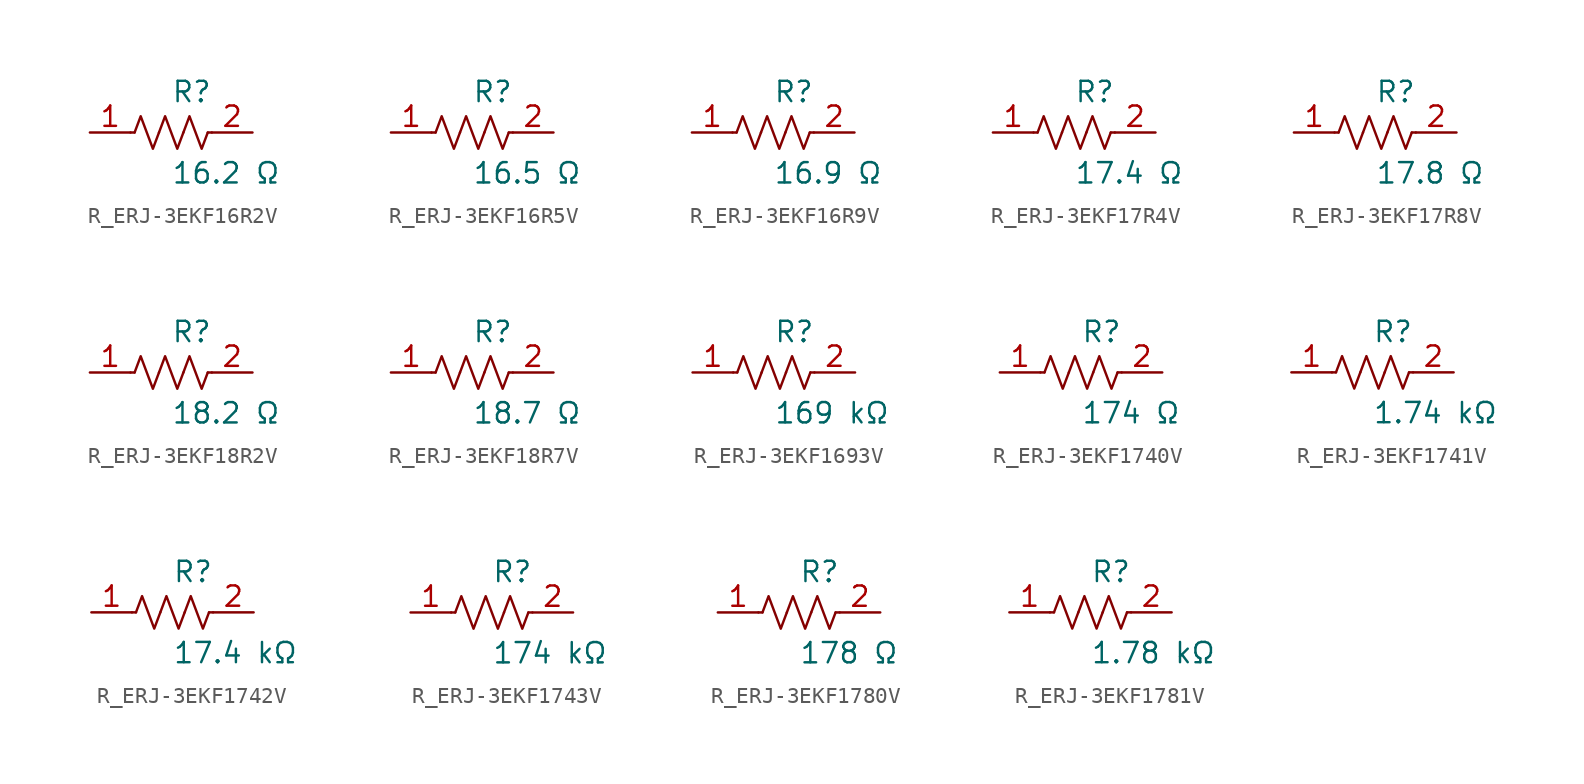
<source format=kicad_sym>
(kicad_symbol_lib
  (version 20231120)
  (generator "kicad_symbol_editor")
  (generator_version "8.0")
  (symbol "R_ERJ-3EKF16R2V"
    (pin_names
      (offset 0.254))
    (property "Reference" "R"
      (at 0 2.54 0)
      (effects (font (size 1.27 1.27)) (justify left)))
    (property "Value" "16.2 Ω"
      (at 0 -2.54 0)
      (effects (font (size 1.27 1.27)) (justify left)))
    (symbol "R_ERJ-3EKF16R2V_0_1"
      (polyline (pts (xy 2.286 0) (xy 2.54 0)) (stroke (width 0) (type default)) (fill (type none)))
      (polyline (pts (xy -2.286 0) (xy -2.54 0)) (stroke (width 0) (type default)) (fill (type none)))
      (polyline (pts (xy 0.762 0) (xy 1.143 1.016) (xy 1.524 0) (xy 1.905 -1.016) (xy 2.286 0)) (stroke (width 0) (type default)) (fill (type none)))
      (polyline (pts (xy -0.762 0) (xy -0.381 1.016) (xy 0 0) (xy 0.381 -1.016) (xy 0.762 0)) (stroke (width 0) (type default)) (fill (type none)))
      (polyline (pts (xy -2.286 0) (xy -1.905 1.016) (xy -1.524 0) (xy -1.143 -1.016) (xy -0.762 0)) (stroke (width 0) (type default)) (fill (type none))))
    (pin unspecified line
      (at -5.08 0 0)
      (length 2.54)
      (name "" (effects (font (size 1.27 1.27))))
      (number "1" (effects (font (size 1.27 1.27)))))
    (pin unspecified line
      (at 5.08 0 180)
      (length 2.54)
      (name "" (effects (font (size 1.27 1.27))))
      (number "2" (effects (font (size 1.27 1.27))))))
  (symbol "R_ERJ-3EKF16R5V"
    (pin_names
      (offset 0.254))
    (property "Reference" "R"
      (at 0 2.54 0)
      (effects (font (size 1.27 1.27)) (justify left)))
    (property "Value" "16.5 Ω"
      (at 0 -2.54 0)
      (effects (font (size 1.27 1.27)) (justify left)))
    (symbol "R_ERJ-3EKF16R5V_0_1"
      (polyline (pts (xy 2.286 0) (xy 2.54 0)) (stroke (width 0) (type default)) (fill (type none)))
      (polyline (pts (xy -2.286 0) (xy -2.54 0)) (stroke (width 0) (type default)) (fill (type none)))
      (polyline (pts (xy 0.762 0) (xy 1.143 1.016) (xy 1.524 0) (xy 1.905 -1.016) (xy 2.286 0)) (stroke (width 0) (type default)) (fill (type none)))
      (polyline (pts (xy -0.762 0) (xy -0.381 1.016) (xy 0 0) (xy 0.381 -1.016) (xy 0.762 0)) (stroke (width 0) (type default)) (fill (type none)))
      (polyline (pts (xy -2.286 0) (xy -1.905 1.016) (xy -1.524 0) (xy -1.143 -1.016) (xy -0.762 0)) (stroke (width 0) (type default)) (fill (type none))))
    (pin unspecified line
      (at -5.08 0 0)
      (length 2.54)
      (name "" (effects (font (size 1.27 1.27))))
      (number "1" (effects (font (size 1.27 1.27)))))
    (pin unspecified line
      (at 5.08 0 180)
      (length 2.54)
      (name "" (effects (font (size 1.27 1.27))))
      (number "2" (effects (font (size 1.27 1.27))))))
  (symbol "R_ERJ-3EKF16R9V"
    (pin_names
      (offset 0.254))
    (property "Reference" "R"
      (at 0 2.54 0)
      (effects (font (size 1.27 1.27)) (justify left)))
    (property "Value" "16.9 Ω"
      (at 0 -2.54 0)
      (effects (font (size 1.27 1.27)) (justify left)))
    (symbol "R_ERJ-3EKF16R9V_0_1"
      (polyline (pts (xy 2.286 0) (xy 2.54 0)) (stroke (width 0) (type default)) (fill (type none)))
      (polyline (pts (xy -2.286 0) (xy -2.54 0)) (stroke (width 0) (type default)) (fill (type none)))
      (polyline (pts (xy 0.762 0) (xy 1.143 1.016) (xy 1.524 0) (xy 1.905 -1.016) (xy 2.286 0)) (stroke (width 0) (type default)) (fill (type none)))
      (polyline (pts (xy -0.762 0) (xy -0.381 1.016) (xy 0 0) (xy 0.381 -1.016) (xy 0.762 0)) (stroke (width 0) (type default)) (fill (type none)))
      (polyline (pts (xy -2.286 0) (xy -1.905 1.016) (xy -1.524 0) (xy -1.143 -1.016) (xy -0.762 0)) (stroke (width 0) (type default)) (fill (type none))))
    (pin unspecified line
      (at -5.08 0 0)
      (length 2.54)
      (name "" (effects (font (size 1.27 1.27))))
      (number "1" (effects (font (size 1.27 1.27)))))
    (pin unspecified line
      (at 5.08 0 180)
      (length 2.54)
      (name "" (effects (font (size 1.27 1.27))))
      (number "2" (effects (font (size 1.27 1.27))))))
  (symbol "R_ERJ-3EKF17R4V"
    (pin_names
      (offset 0.254))
    (property "Reference" "R"
      (at 0 2.54 0)
      (effects (font (size 1.27 1.27)) (justify left)))
    (property "Value" "17.4 Ω"
      (at 0 -2.54 0)
      (effects (font (size 1.27 1.27)) (justify left)))
    (symbol "R_ERJ-3EKF17R4V_0_1"
      (polyline (pts (xy 2.286 0) (xy 2.54 0)) (stroke (width 0) (type default)) (fill (type none)))
      (polyline (pts (xy -2.286 0) (xy -2.54 0)) (stroke (width 0) (type default)) (fill (type none)))
      (polyline (pts (xy 0.762 0) (xy 1.143 1.016) (xy 1.524 0) (xy 1.905 -1.016) (xy 2.286 0)) (stroke (width 0) (type default)) (fill (type none)))
      (polyline (pts (xy -0.762 0) (xy -0.381 1.016) (xy 0 0) (xy 0.381 -1.016) (xy 0.762 0)) (stroke (width 0) (type default)) (fill (type none)))
      (polyline (pts (xy -2.286 0) (xy -1.905 1.016) (xy -1.524 0) (xy -1.143 -1.016) (xy -0.762 0)) (stroke (width 0) (type default)) (fill (type none))))
    (pin unspecified line
      (at -5.08 0 0)
      (length 2.54)
      (name "" (effects (font (size 1.27 1.27))))
      (number "1" (effects (font (size 1.27 1.27)))))
    (pin unspecified line
      (at 5.08 0 180)
      (length 2.54)
      (name "" (effects (font (size 1.27 1.27))))
      (number "2" (effects (font (size 1.27 1.27))))))
  (symbol "R_ERJ-3EKF17R8V"
    (pin_names
      (offset 0.254))
    (property "Reference" "R"
      (at 0 2.54 0)
      (effects (font (size 1.27 1.27)) (justify left)))
    (property "Value" "17.8 Ω"
      (at 0 -2.54 0)
      (effects (font (size 1.27 1.27)) (justify left)))
    (symbol "R_ERJ-3EKF17R8V_0_1"
      (polyline (pts (xy 2.286 0) (xy 2.54 0)) (stroke (width 0) (type default)) (fill (type none)))
      (polyline (pts (xy -2.286 0) (xy -2.54 0)) (stroke (width 0) (type default)) (fill (type none)))
      (polyline (pts (xy 0.762 0) (xy 1.143 1.016) (xy 1.524 0) (xy 1.905 -1.016) (xy 2.286 0)) (stroke (width 0) (type default)) (fill (type none)))
      (polyline (pts (xy -0.762 0) (xy -0.381 1.016) (xy 0 0) (xy 0.381 -1.016) (xy 0.762 0)) (stroke (width 0) (type default)) (fill (type none)))
      (polyline (pts (xy -2.286 0) (xy -1.905 1.016) (xy -1.524 0) (xy -1.143 -1.016) (xy -0.762 0)) (stroke (width 0) (type default)) (fill (type none))))
    (pin unspecified line
      (at -5.08 0 0)
      (length 2.54)
      (name "" (effects (font (size 1.27 1.27))))
      (number "1" (effects (font (size 1.27 1.27)))))
    (pin unspecified line
      (at 5.08 0 180)
      (length 2.54)
      (name "" (effects (font (size 1.27 1.27))))
      (number "2" (effects (font (size 1.27 1.27))))))
  (symbol "R_ERJ-3EKF18R2V"
    (pin_names
      (offset 0.254))
    (property "Reference" "R"
      (at 0 2.54 0)
      (effects (font (size 1.27 1.27)) (justify left)))
    (property "Value" "18.2 Ω"
      (at 0 -2.54 0)
      (effects (font (size 1.27 1.27)) (justify left)))
    (symbol "R_ERJ-3EKF18R2V_0_1"
      (polyline (pts (xy 2.286 0) (xy 2.54 0)) (stroke (width 0) (type default)) (fill (type none)))
      (polyline (pts (xy -2.286 0) (xy -2.54 0)) (stroke (width 0) (type default)) (fill (type none)))
      (polyline (pts (xy 0.762 0) (xy 1.143 1.016) (xy 1.524 0) (xy 1.905 -1.016) (xy 2.286 0)) (stroke (width 0) (type default)) (fill (type none)))
      (polyline (pts (xy -0.762 0) (xy -0.381 1.016) (xy 0 0) (xy 0.381 -1.016) (xy 0.762 0)) (stroke (width 0) (type default)) (fill (type none)))
      (polyline (pts (xy -2.286 0) (xy -1.905 1.016) (xy -1.524 0) (xy -1.143 -1.016) (xy -0.762 0)) (stroke (width 0) (type default)) (fill (type none))))
    (pin unspecified line
      (at -5.08 0 0)
      (length 2.54)
      (name "" (effects (font (size 1.27 1.27))))
      (number "1" (effects (font (size 1.27 1.27)))))
    (pin unspecified line
      (at 5.08 0 180)
      (length 2.54)
      (name "" (effects (font (size 1.27 1.27))))
      (number "2" (effects (font (size 1.27 1.27))))))
  (symbol "R_ERJ-3EKF18R7V"
    (pin_names
      (offset 0.254))
    (property "Reference" "R"
      (at 0 2.54 0)
      (effects (font (size 1.27 1.27)) (justify left)))
    (property "Value" "18.7 Ω"
      (at 0 -2.54 0)
      (effects (font (size 1.27 1.27)) (justify left)))
    (symbol "R_ERJ-3EKF18R7V_0_1"
      (polyline (pts (xy 2.286 0) (xy 2.54 0)) (stroke (width 0) (type default)) (fill (type none)))
      (polyline (pts (xy -2.286 0) (xy -2.54 0)) (stroke (width 0) (type default)) (fill (type none)))
      (polyline (pts (xy 0.762 0) (xy 1.143 1.016) (xy 1.524 0) (xy 1.905 -1.016) (xy 2.286 0)) (stroke (width 0) (type default)) (fill (type none)))
      (polyline (pts (xy -0.762 0) (xy -0.381 1.016) (xy 0 0) (xy 0.381 -1.016) (xy 0.762 0)) (stroke (width 0) (type default)) (fill (type none)))
      (polyline (pts (xy -2.286 0) (xy -1.905 1.016) (xy -1.524 0) (xy -1.143 -1.016) (xy -0.762 0)) (stroke (width 0) (type default)) (fill (type none))))
    (pin unspecified line
      (at -5.08 0 0)
      (length 2.54)
      (name "" (effects (font (size 1.27 1.27))))
      (number "1" (effects (font (size 1.27 1.27)))))
    (pin unspecified line
      (at 5.08 0 180)
      (length 2.54)
      (name "" (effects (font (size 1.27 1.27))))
      (number "2" (effects (font (size 1.27 1.27))))))
  (symbol "R_ERJ-3EKF1693V"
    (pin_names
      (offset 0.254))
    (property "Reference" "R"
      (at 0 2.54 0)
      (effects (font (size 1.27 1.27)) (justify left)))
    (property "Value" "169 kΩ"
      (at 0 -2.54 0)
      (effects (font (size 1.27 1.27)) (justify left)))
    (symbol "R_ERJ-3EKF1693V_0_1"
      (polyline (pts (xy 2.286 0) (xy 2.54 0)) (stroke (width 0) (type default)) (fill (type none)))
      (polyline (pts (xy -2.286 0) (xy -2.54 0)) (stroke (width 0) (type default)) (fill (type none)))
      (polyline (pts (xy 0.762 0) (xy 1.143 1.016) (xy 1.524 0) (xy 1.905 -1.016) (xy 2.286 0)) (stroke (width 0) (type default)) (fill (type none)))
      (polyline (pts (xy -0.762 0) (xy -0.381 1.016) (xy 0 0) (xy 0.381 -1.016) (xy 0.762 0)) (stroke (width 0) (type default)) (fill (type none)))
      (polyline (pts (xy -2.286 0) (xy -1.905 1.016) (xy -1.524 0) (xy -1.143 -1.016) (xy -0.762 0)) (stroke (width 0) (type default)) (fill (type none))))
    (pin unspecified line
      (at -5.08 0 0)
      (length 2.54)
      (name "" (effects (font (size 1.27 1.27))))
      (number "1" (effects (font (size 1.27 1.27)))))
    (pin unspecified line
      (at 5.08 0 180)
      (length 2.54)
      (name "" (effects (font (size 1.27 1.27))))
      (number "2" (effects (font (size 1.27 1.27))))))
  (symbol "R_ERJ-3EKF1740V"
    (pin_names
      (offset 0.254))
    (property "Reference" "R"
      (at 0 2.54 0)
      (effects (font (size 1.27 1.27)) (justify left)))
    (property "Value" "174 Ω"
      (at 0 -2.54 0)
      (effects (font (size 1.27 1.27)) (justify left)))
    (symbol "R_ERJ-3EKF1740V_0_1"
      (polyline (pts (xy 2.286 0) (xy 2.54 0)) (stroke (width 0) (type default)) (fill (type none)))
      (polyline (pts (xy -2.286 0) (xy -2.54 0)) (stroke (width 0) (type default)) (fill (type none)))
      (polyline (pts (xy 0.762 0) (xy 1.143 1.016) (xy 1.524 0) (xy 1.905 -1.016) (xy 2.286 0)) (stroke (width 0) (type default)) (fill (type none)))
      (polyline (pts (xy -0.762 0) (xy -0.381 1.016) (xy 0 0) (xy 0.381 -1.016) (xy 0.762 0)) (stroke (width 0) (type default)) (fill (type none)))
      (polyline (pts (xy -2.286 0) (xy -1.905 1.016) (xy -1.524 0) (xy -1.143 -1.016) (xy -0.762 0)) (stroke (width 0) (type default)) (fill (type none))))
    (pin unspecified line
      (at -5.08 0 0)
      (length 2.54)
      (name "" (effects (font (size 1.27 1.27))))
      (number "1" (effects (font (size 1.27 1.27)))))
    (pin unspecified line
      (at 5.08 0 180)
      (length 2.54)
      (name "" (effects (font (size 1.27 1.27))))
      (number "2" (effects (font (size 1.27 1.27))))))
  (symbol "R_ERJ-3EKF1741V"
    (pin_names
      (offset 0.254))
    (property "Reference" "R"
      (at 0 2.54 0)
      (effects (font (size 1.27 1.27)) (justify left)))
    (property "Value" "1.74 kΩ"
      (at 0 -2.54 0)
      (effects (font (size 1.27 1.27)) (justify left)))
    (symbol "R_ERJ-3EKF1741V_0_1"
      (polyline (pts (xy 2.286 0) (xy 2.54 0)) (stroke (width 0) (type default)) (fill (type none)))
      (polyline (pts (xy -2.286 0) (xy -2.54 0)) (stroke (width 0) (type default)) (fill (type none)))
      (polyline (pts (xy 0.762 0) (xy 1.143 1.016) (xy 1.524 0) (xy 1.905 -1.016) (xy 2.286 0)) (stroke (width 0) (type default)) (fill (type none)))
      (polyline (pts (xy -0.762 0) (xy -0.381 1.016) (xy 0 0) (xy 0.381 -1.016) (xy 0.762 0)) (stroke (width 0) (type default)) (fill (type none)))
      (polyline (pts (xy -2.286 0) (xy -1.905 1.016) (xy -1.524 0) (xy -1.143 -1.016) (xy -0.762 0)) (stroke (width 0) (type default)) (fill (type none))))
    (pin unspecified line
      (at -5.08 0 0)
      (length 2.54)
      (name "" (effects (font (size 1.27 1.27))))
      (number "1" (effects (font (size 1.27 1.27)))))
    (pin unspecified line
      (at 5.08 0 180)
      (length 2.54)
      (name "" (effects (font (size 1.27 1.27))))
      (number "2" (effects (font (size 1.27 1.27))))))
  (symbol "R_ERJ-3EKF1742V"
    (pin_names
      (offset 0.254))
    (property "Reference" "R"
      (at 0 2.54 0)
      (effects (font (size 1.27 1.27)) (justify left)))
    (property "Value" "17.4 kΩ"
      (at 0 -2.54 0)
      (effects (font (size 1.27 1.27)) (justify left)))
    (symbol "R_ERJ-3EKF1742V_0_1"
      (polyline (pts (xy 2.286 0) (xy 2.54 0)) (stroke (width 0) (type default)) (fill (type none)))
      (polyline (pts (xy -2.286 0) (xy -2.54 0)) (stroke (width 0) (type default)) (fill (type none)))
      (polyline (pts (xy 0.762 0) (xy 1.143 1.016) (xy 1.524 0) (xy 1.905 -1.016) (xy 2.286 0)) (stroke (width 0) (type default)) (fill (type none)))
      (polyline (pts (xy -0.762 0) (xy -0.381 1.016) (xy 0 0) (xy 0.381 -1.016) (xy 0.762 0)) (stroke (width 0) (type default)) (fill (type none)))
      (polyline (pts (xy -2.286 0) (xy -1.905 1.016) (xy -1.524 0) (xy -1.143 -1.016) (xy -0.762 0)) (stroke (width 0) (type default)) (fill (type none))))
    (pin unspecified line
      (at -5.08 0 0)
      (length 2.54)
      (name "" (effects (font (size 1.27 1.27))))
      (number "1" (effects (font (size 1.27 1.27)))))
    (pin unspecified line
      (at 5.08 0 180)
      (length 2.54)
      (name "" (effects (font (size 1.27 1.27))))
      (number "2" (effects (font (size 1.27 1.27))))))
  (symbol "R_ERJ-3EKF1743V"
    (pin_names
      (offset 0.254))
    (property "Reference" "R"
      (at 0 2.54 0)
      (effects (font (size 1.27 1.27)) (justify left)))
    (property "Value" "174 kΩ"
      (at 0 -2.54 0)
      (effects (font (size 1.27 1.27)) (justify left)))
    (symbol "R_ERJ-3EKF1743V_0_1"
      (polyline (pts (xy 2.286 0) (xy 2.54 0)) (stroke (width 0) (type default)) (fill (type none)))
      (polyline (pts (xy -2.286 0) (xy -2.54 0)) (stroke (width 0) (type default)) (fill (type none)))
      (polyline (pts (xy 0.762 0) (xy 1.143 1.016) (xy 1.524 0) (xy 1.905 -1.016) (xy 2.286 0)) (stroke (width 0) (type default)) (fill (type none)))
      (polyline (pts (xy -0.762 0) (xy -0.381 1.016) (xy 0 0) (xy 0.381 -1.016) (xy 0.762 0)) (stroke (width 0) (type default)) (fill (type none)))
      (polyline (pts (xy -2.286 0) (xy -1.905 1.016) (xy -1.524 0) (xy -1.143 -1.016) (xy -0.762 0)) (stroke (width 0) (type default)) (fill (type none))))
    (pin unspecified line
      (at -5.08 0 0)
      (length 2.54)
      (name "" (effects (font (size 1.27 1.27))))
      (number "1" (effects (font (size 1.27 1.27)))))
    (pin unspecified line
      (at 5.08 0 180)
      (length 2.54)
      (name "" (effects (font (size 1.27 1.27))))
      (number "2" (effects (font (size 1.27 1.27))))))
  (symbol "R_ERJ-3EKF1780V"
    (pin_names
      (offset 0.254))
    (property "Reference" "R"
      (at 0 2.54 0)
      (effects (font (size 1.27 1.27)) (justify left)))
    (property "Value" "178 Ω"
      (at 0 -2.54 0)
      (effects (font (size 1.27 1.27)) (justify left)))
    (symbol "R_ERJ-3EKF1780V_0_1"
      (polyline (pts (xy 2.286 0) (xy 2.54 0)) (stroke (width 0) (type default)) (fill (type none)))
      (polyline (pts (xy -2.286 0) (xy -2.54 0)) (stroke (width 0) (type default)) (fill (type none)))
      (polyline (pts (xy 0.762 0) (xy 1.143 1.016) (xy 1.524 0) (xy 1.905 -1.016) (xy 2.286 0)) (stroke (width 0) (type default)) (fill (type none)))
      (polyline (pts (xy -0.762 0) (xy -0.381 1.016) (xy 0 0) (xy 0.381 -1.016) (xy 0.762 0)) (stroke (width 0) (type default)) (fill (type none)))
      (polyline (pts (xy -2.286 0) (xy -1.905 1.016) (xy -1.524 0) (xy -1.143 -1.016) (xy -0.762 0)) (stroke (width 0) (type default)) (fill (type none))))
    (pin unspecified line
      (at -5.08 0 0)
      (length 2.54)
      (name "" (effects (font (size 1.27 1.27))))
      (number "1" (effects (font (size 1.27 1.27)))))
    (pin unspecified line
      (at 5.08 0 180)
      (length 2.54)
      (name "" (effects (font (size 1.27 1.27))))
      (number "2" (effects (font (size 1.27 1.27))))))
  (symbol "R_ERJ-3EKF1781V"
    (pin_names
      (offset 0.254))
    (property "Reference" "R"
      (at 0 2.54 0)
      (effects (font (size 1.27 1.27)) (justify left)))
    (property "Value" "1.78 kΩ"
      (at 0 -2.54 0)
      (effects (font (size 1.27 1.27)) (justify left)))
    (symbol "R_ERJ-3EKF1781V_0_1"
      (polyline (pts (xy 2.286 0) (xy 2.54 0)) (stroke (width 0) (type default)) (fill (type none)))
      (polyline (pts (xy -2.286 0) (xy -2.54 0)) (stroke (width 0) (type default)) (fill (type none)))
      (polyline (pts (xy 0.762 0) (xy 1.143 1.016) (xy 1.524 0) (xy 1.905 -1.016) (xy 2.286 0)) (stroke (width 0) (type default)) (fill (type none)))
      (polyline (pts (xy -0.762 0) (xy -0.381 1.016) (xy 0 0) (xy 0.381 -1.016) (xy 0.762 0)) (stroke (width 0) (type default)) (fill (type none)))
      (polyline (pts (xy -2.286 0) (xy -1.905 1.016) (xy -1.524 0) (xy -1.143 -1.016) (xy -0.762 0)) (stroke (width 0) (type default)) (fill (type none))))
    (pin unspecified line
      (at -5.08 0 0)
      (length 2.54)
      (name "" (effects (font (size 1.27 1.27))))
      (number "1" (effects (font (size 1.27 1.27)))))
    (pin unspecified line
      (at 5.08 0 180)
      (length 2.54)
      (name "" (effects (font (size 1.27 1.27))))
      (number "2" (effects (font (size 1.27 1.27)))))))
</source>
